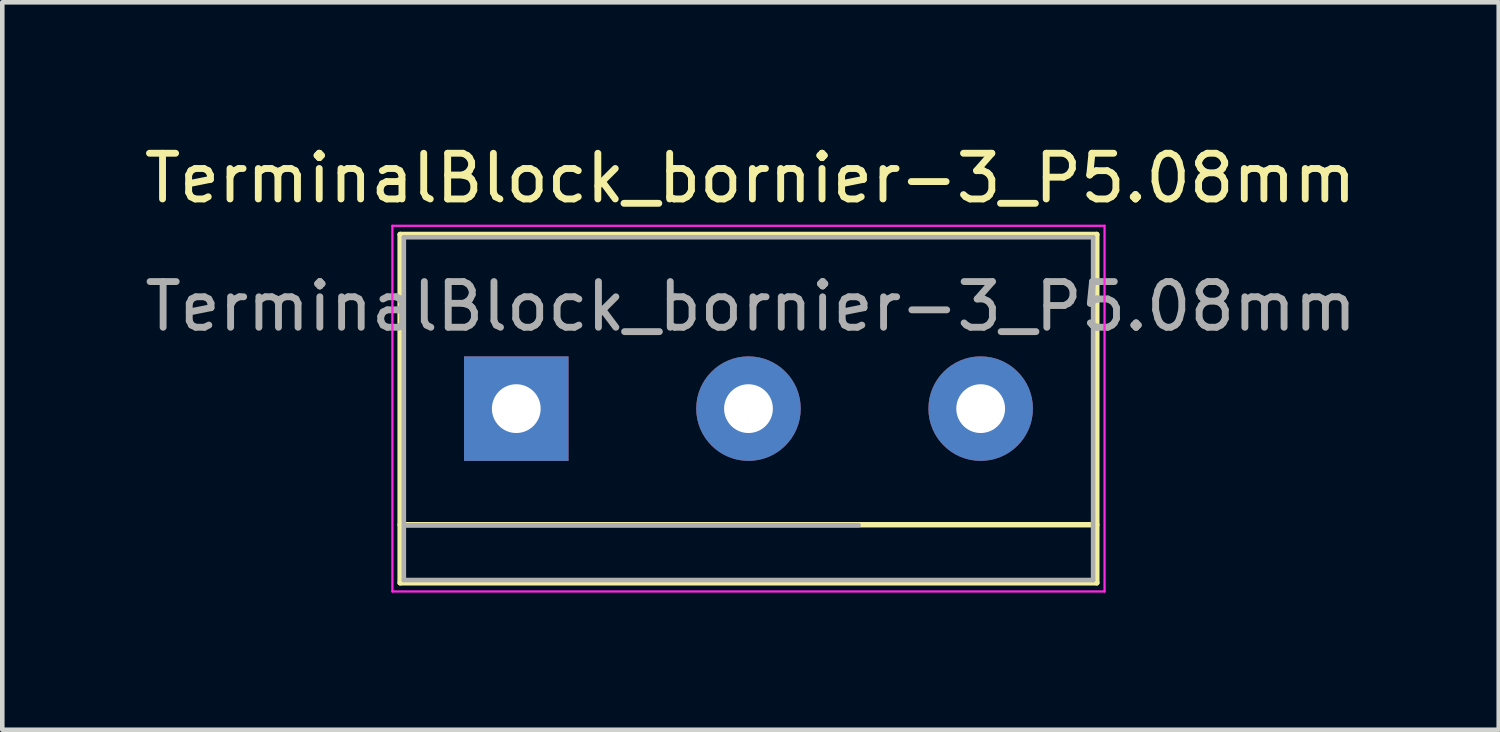
<source format=kicad_pcb>
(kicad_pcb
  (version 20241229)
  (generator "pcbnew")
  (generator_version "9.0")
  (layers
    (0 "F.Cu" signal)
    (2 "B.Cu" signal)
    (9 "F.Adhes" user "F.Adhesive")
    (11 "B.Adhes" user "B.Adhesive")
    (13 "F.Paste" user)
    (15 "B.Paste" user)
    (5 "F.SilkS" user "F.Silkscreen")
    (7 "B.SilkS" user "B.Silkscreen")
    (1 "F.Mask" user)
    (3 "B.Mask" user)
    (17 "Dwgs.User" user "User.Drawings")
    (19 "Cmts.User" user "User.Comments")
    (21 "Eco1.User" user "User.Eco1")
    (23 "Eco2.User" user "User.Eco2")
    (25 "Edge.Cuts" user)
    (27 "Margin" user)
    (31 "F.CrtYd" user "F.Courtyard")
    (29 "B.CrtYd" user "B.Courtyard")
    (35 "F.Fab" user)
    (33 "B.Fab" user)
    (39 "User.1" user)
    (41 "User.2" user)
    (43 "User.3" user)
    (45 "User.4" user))
  (footprint "TerminalBlock_bornier-3_P5.08mm"
    (layer "F.Cu")
    (at 8.245 5.89)
    (property "Reference" "TerminalBlock_bornier-3_P5.08mm" (at 5.118 -5.042 0) (layer "F.SilkS") (effects (font (size 1 1) (thickness 0.15))))
    (attr through_hole)
    (fp_line (start -2.54 -3.81) (end -2.54 3.81) (stroke (width 0.12) (type solid)) (layer "F.SilkS"))
    (fp_line (start -2.54 3.81) (end 12.7 3.81) (stroke (width 0.12) (type solid)) (layer "F.SilkS"))
    (fp_line (start 12.7 -3.81) (end -2.54 -3.81) (stroke (width 0.12) (type solid)) (layer "F.SilkS"))
    (fp_line (start 12.7 2.54) (end -2.54 2.54) (stroke (width 0.12) (type solid)) (layer "F.SilkS"))
    (fp_line (start 12.7 3.81) (end 12.7 -3.81) (stroke (width 0.12) (type solid)) (layer "F.SilkS"))
    (fp_line (start -2.71 -4) (end -2.71 4) (stroke (width 0.05) (type solid)) (layer "F.CrtYd"))
    (fp_line (start -2.71 -4) (end 12.87 -4) (stroke (width 0.05) (type solid)) (layer "F.CrtYd"))
    (fp_line (start 12.87 4) (end -2.71 4) (stroke (width 0.05) (type solid)) (layer "F.CrtYd"))
    (fp_line (start 12.87 4) (end 12.87 -4) (stroke (width 0.05) (type solid)) (layer "F.CrtYd"))
    (fp_line (start -2.46 -3.75) (end -2.46 3.75) (stroke (width 0.1) (type solid)) (layer "F.Fab"))
    (fp_line (start -2.46 3.75) (end 12.62 3.75) (stroke (width 0.1) (type solid)) (layer "F.Fab"))
    (fp_line (start -2.41 2.55) (end 7.49 2.55) (stroke (width 0.1) (type solid)) (layer "F.Fab"))
    (fp_line (start 12.62 -3.75) (end -2.46 -3.75) (stroke (width 0.1) (type solid)) (layer "F.Fab"))
    (fp_line (start 12.62 3.75) (end 12.62 -3.75) (stroke (width 0.1) (type solid)) (layer "F.Fab"))
    (fp_text user "${REFERENCE}" (at 5.131 -2.235 0) (layer "F.Fab") (effects (font (size 1 1) (thickness 0.15))))
    (pad "1" thru_hole rect (at 0 0) (size 2.286 2.286) (drill 1.067) (layers "*.Cu" "*.Mask"))
    (pad "2" thru_hole circle (at 5.08 0) (size 2.286 2.286) (drill 1.067) (layers "*.Cu" "*.Mask"))
    (pad "3" thru_hole circle (at 10.16 0) (size 2.286 2.286) (drill 1.067) (layers "*.Cu" "*.Mask")))
  (gr_rect
    (start -3 -3)
    (end 29.739 12.915)
    (stroke (width 0.1) (type default))
    (fill no)
    (layer "Edge.Cuts")))
</source>
